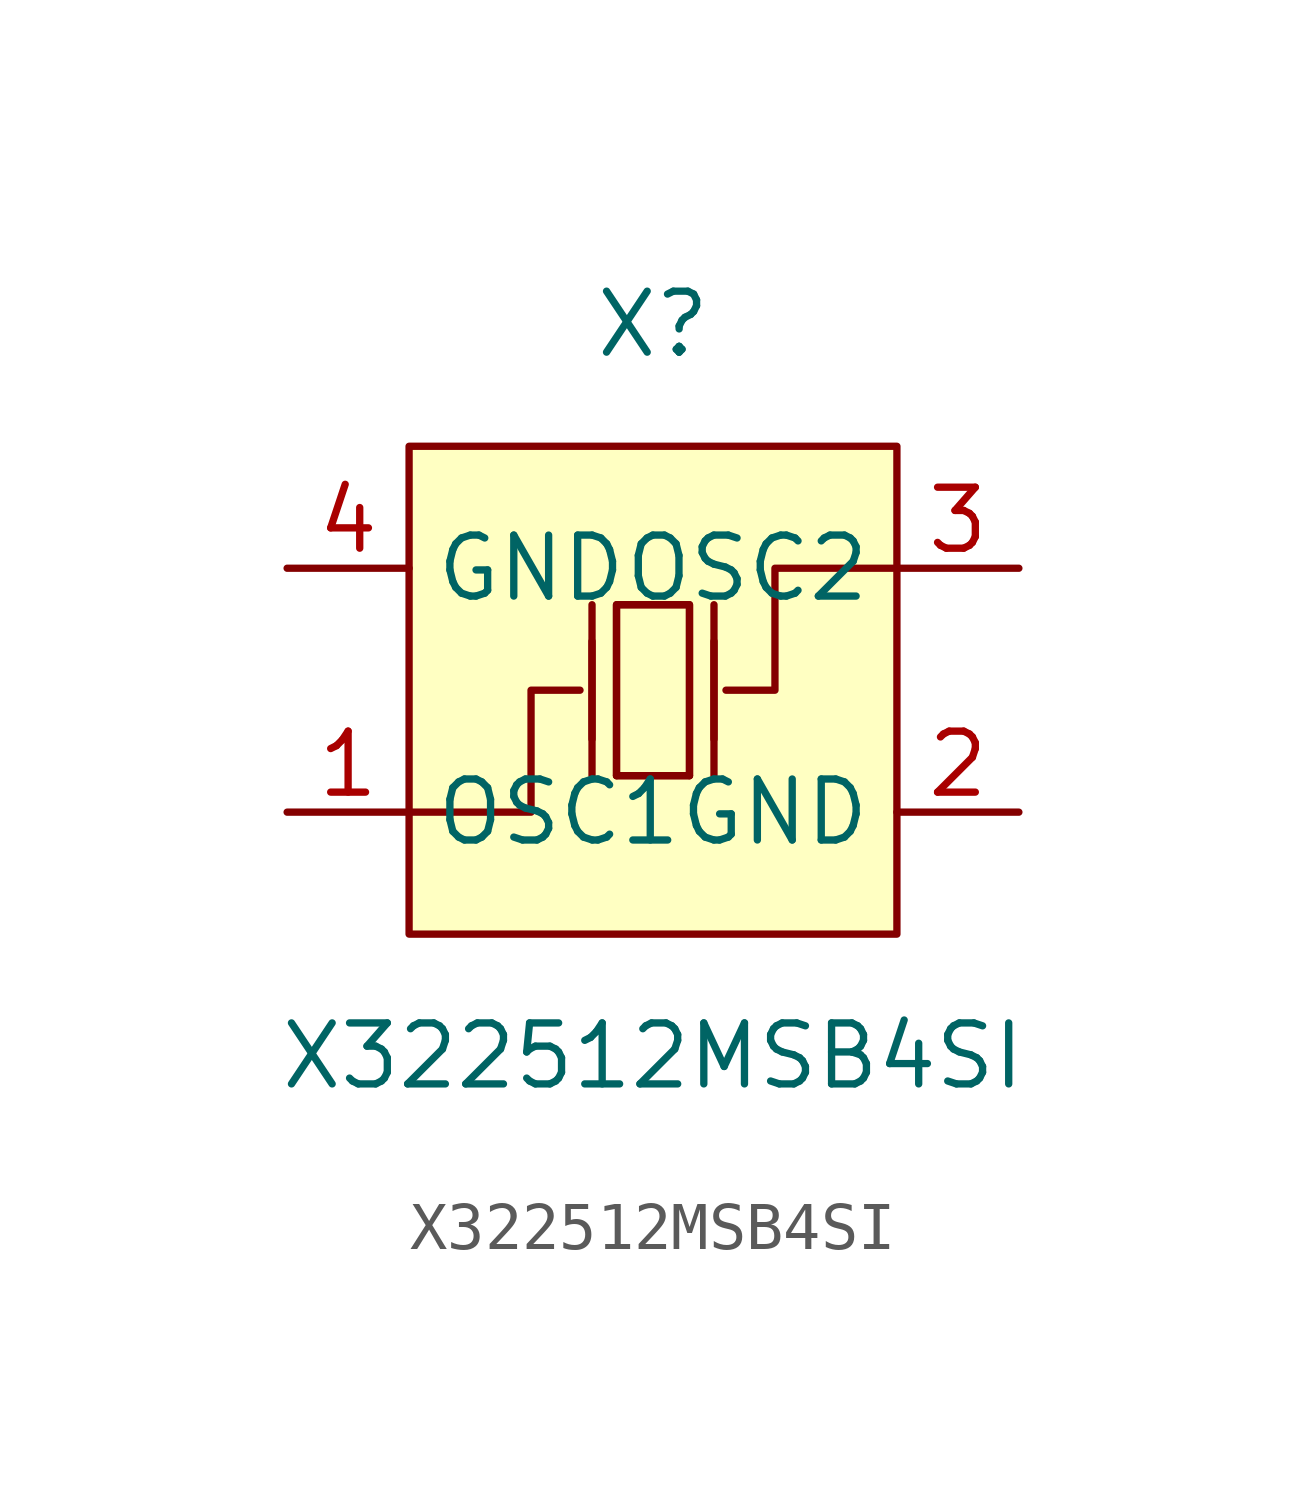
<source format=kicad_sym>
(kicad_symbol_lib
  (version 20211014)
  (generator https://github.com/uPesy/easyeda2kicad.py)
  (symbol "X322512MSB4SI"
    (property "Reference" "X"
      (at 0 7.62 0)
      (effects (font (size 1.27 1.27))))
    (property "Value" "X322512MSB4SI"
      (at 0 -7.62 0)
      (effects (font (size 1.27 1.27))))
    (symbol "X322512MSB4SI_0_1"
      (rectangle (start -5.08 5.08) (end 5.08 -5.08) (stroke (width 0) (type default) (color 0 0 0 0)) (fill (type background)))
      (polyline (pts (xy 0.76 1.78) (xy 0.76 -1.78) (xy -0.76 -1.78) (xy -0.76 1.78) (xy 0.76 1.78)) (stroke (width 0) (type default) (color 0 0 0 0)) (fill (type background)))
      (polyline (pts (xy -1.27 -1.78) (xy -1.27 1.78)) (stroke (width 0) (type default) (color 0 0 0 0)) (fill (type none)))
      (polyline (pts (xy 1.27 -1.78) (xy 1.27 1.78)) (stroke (width 0) (type default) (color 0 0 0 0)) (fill (type none)))
      (polyline (pts (xy -5.08 -2.54) (xy -2.54 -2.54) (xy -2.54 -0.00) (xy -1.52 -0.00)) (stroke (width 0) (type default) (color 0 0 0 0)) (fill (type none)))
      (polyline (pts (xy 5.08 2.54) (xy 2.54 2.54) (xy 2.54 -0.00) (xy 1.52 -0.00)) (stroke (width 0) (type default) (color 0 0 0 0)) (fill (type none)))
      (polyline (pts (xy -0.76 -1.78) (xy -0.76 1.78) (xy 0.76 1.78) (xy 0.76 -1.78)) (stroke (width 0) (type default) (color 0 0 0 0)) (fill (type none)))
      (polyline (pts (xy 1.27 -1.02) (xy 1.27 1.02)) (stroke (width 0) (type default) (color 0 0 0 0)) (fill (type none)))
      (polyline (pts (xy 0.76 -1.78) (xy -0.76 -1.78)) (stroke (width 0) (type default) (color 0 0 0 0)) (fill (type none)))
      (polyline (pts (xy -1.27 -1.02) (xy -1.27 1.02)) (stroke (width 0) (type default) (color 0 0 0 0)) (fill (type none)))
      (pin unspecified line (at 7.62 2.54 180) (length 2.54) (name "OSC2" (effects (font (size 1.27 1.27)))) (number "3" (effects (font (size 1.27 1.27)))))
      (pin unspecified line (at -7.62 -2.54 0) (length 2.54) (name "OSC1" (effects (font (size 1.27 1.27)))) (number "1" (effects (font (size 1.27 1.27)))))
      (pin unspecified line (at 7.62 -2.54 180) (length 2.54) (name "GND" (effects (font (size 1.27 1.27)))) (number "2" (effects (font (size 1.27 1.27)))))
      (pin unspecified line (at -7.62 2.54 0) (length 2.54) (name "GND" (effects (font (size 1.27 1.27)))) (number "4" (effects (font (size 1.27 1.27))))))))
</source>
